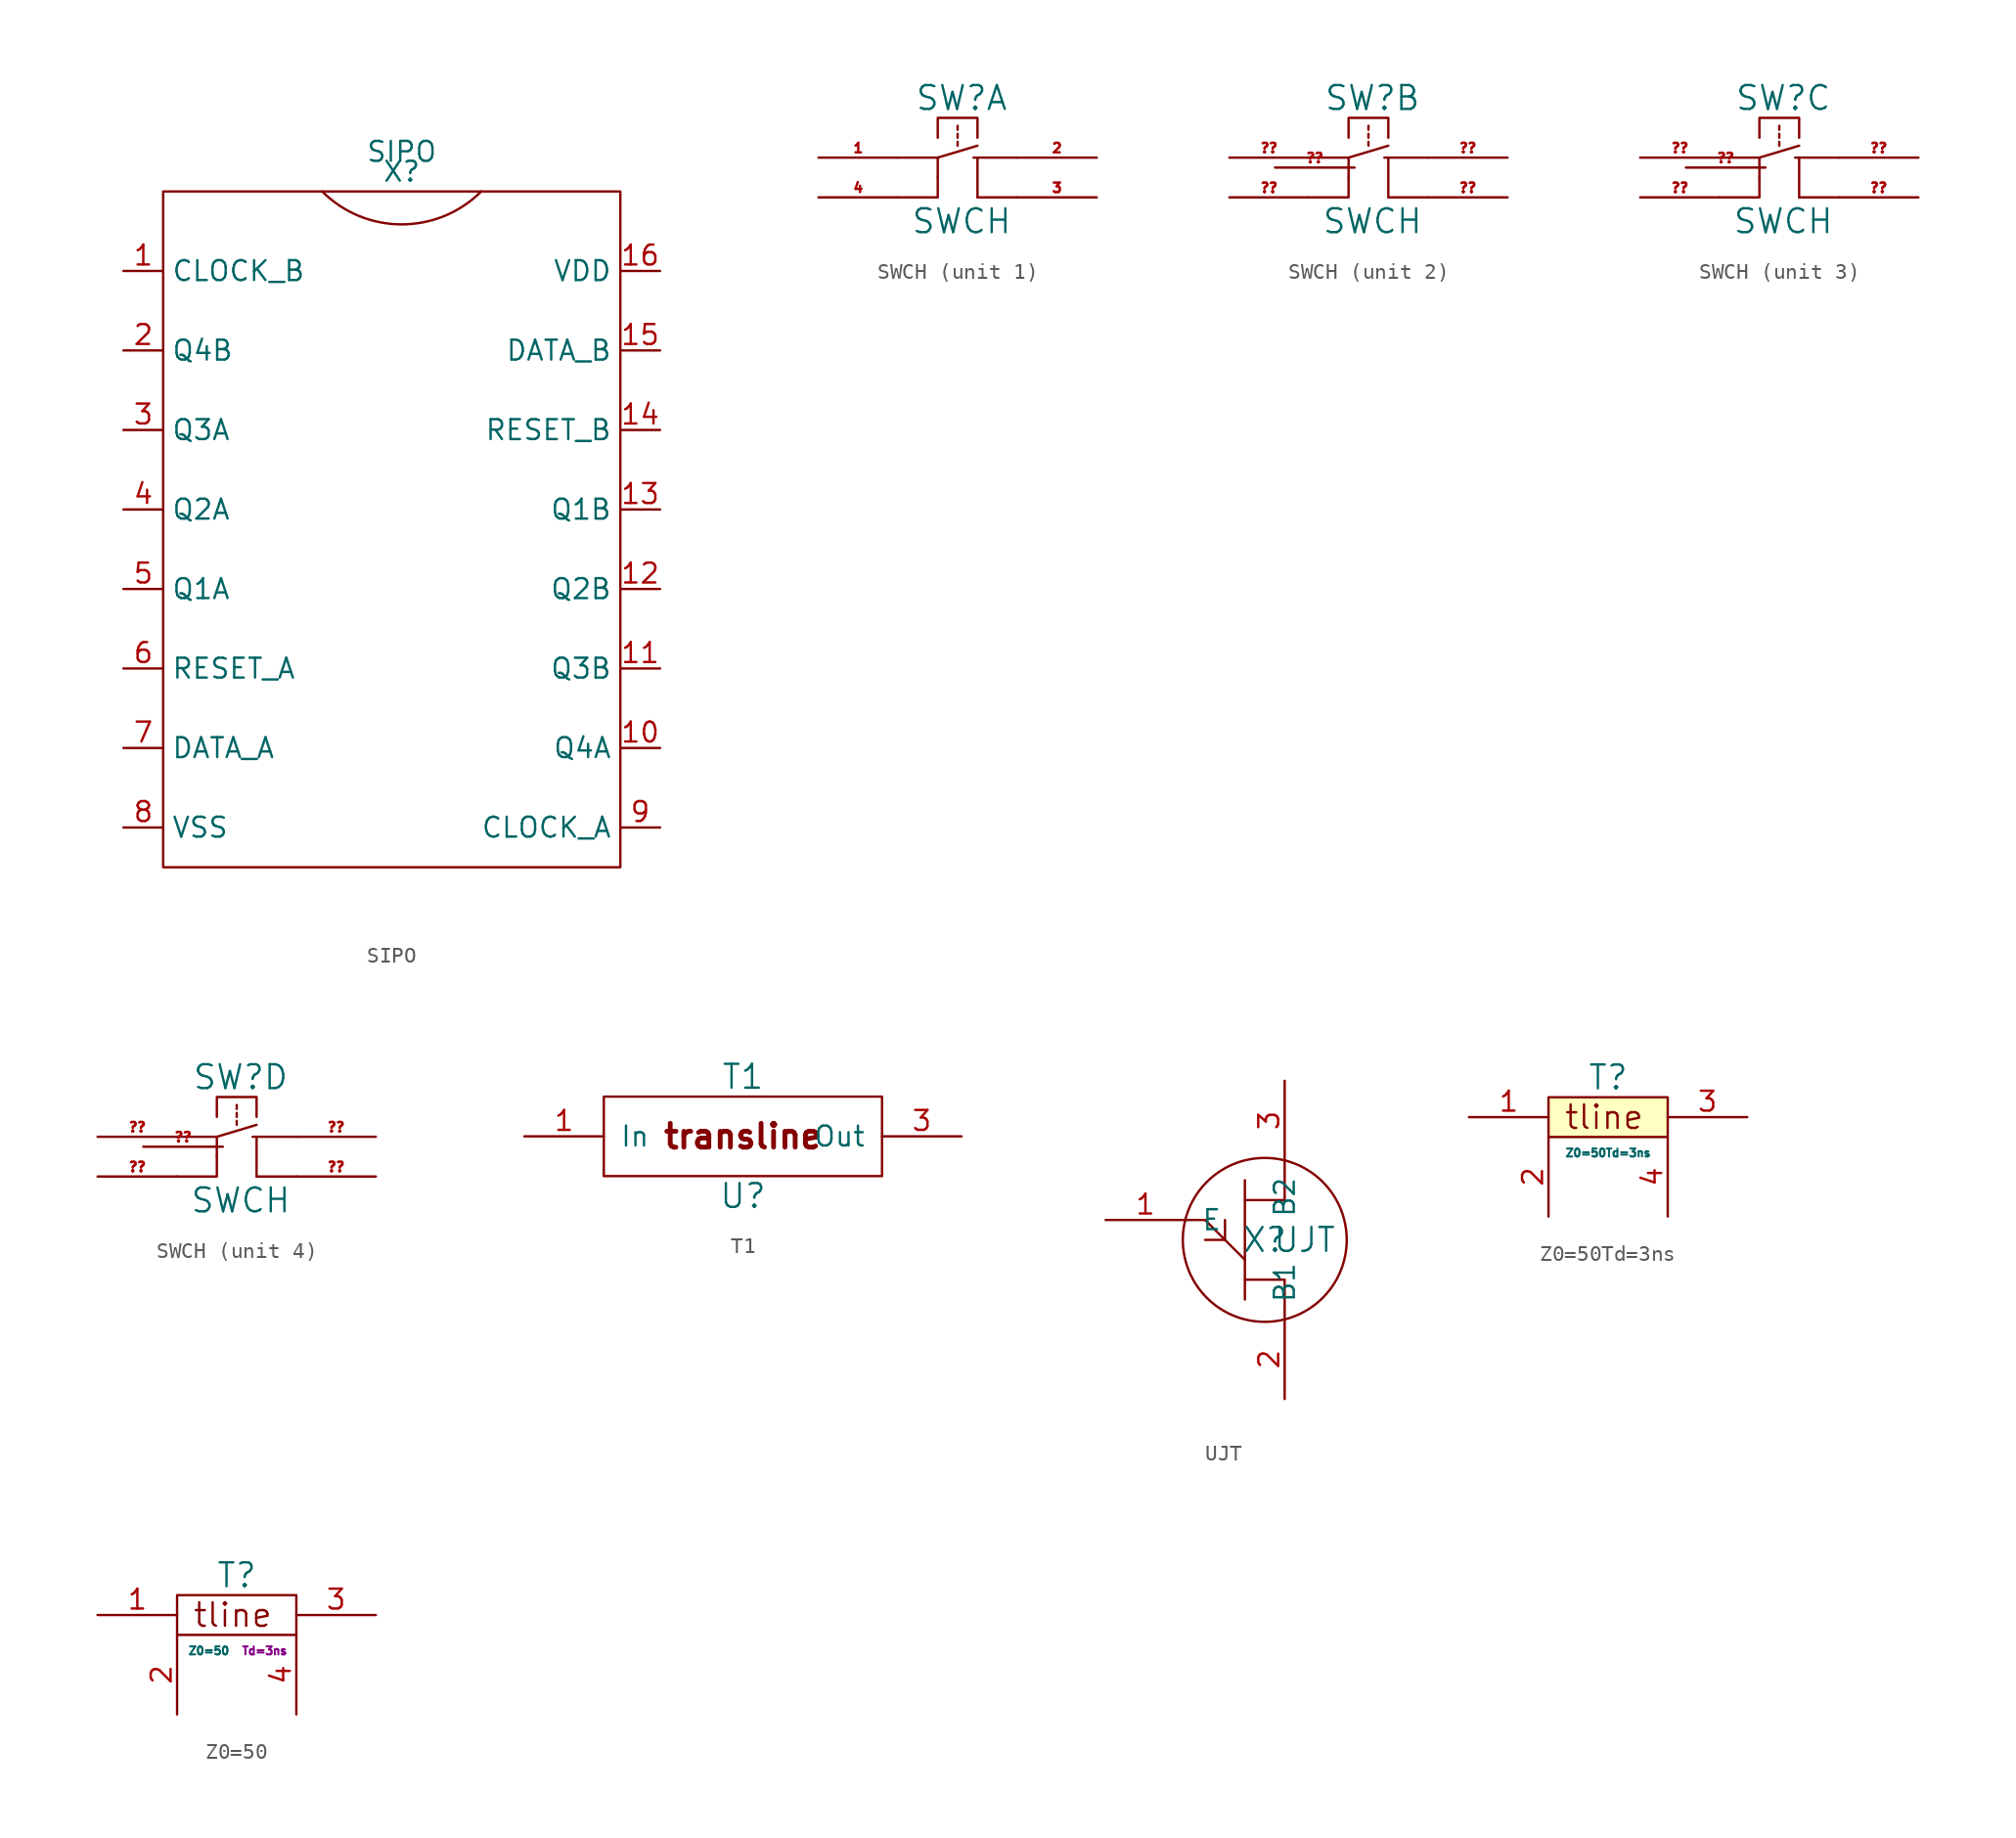
<source format=kicad_sym>
(kicad_symbol_lib
  (version 20211014)
  (generator kicad_symbol_editor)
  (symbol "SIPO"
    (property "Reference" "X"
      (at -29.21 13.97 0)
      (effects (font (size 1.27 1.27))))
    (property "Value" "SIPO"
      (at -29.21 15.24 0)
      (effects (font (size 1.27 1.27))))
    (symbol "SIPO_0_1"
      (rectangle (start -44.45 12.7) (end -15.24 -30.48) (stroke (width 0) (type default) (color 0 0 0 0)) (fill (type none)))
      (arc (start -34.29 12.7) (mid -29.21 10.5959) (end -24.13 12.7) (stroke (width 0) (type default) (color 0 0 0 0)) (fill (type none))))
    (symbol "SIPO_1_1"
      (pin input line (at -46.99 7.62 0) (length 2.54) (name "CLOCK_B" (effects (font (size 1.27 1.27)))) (number "1" (effects (font (size 1.27 1.27)))))
      (pin output line (at -12.7 -22.86 180) (length 2.54) (name "Q4A" (effects (font (size 1.27 1.27)))) (number "10" (effects (font (size 1.27 1.27)))))
      (pin output line (at -12.7 -17.78 180) (length 2.54) (name "Q3B" (effects (font (size 1.27 1.27)))) (number "11" (effects (font (size 1.27 1.27)))))
      (pin output line (at -12.7 -12.7 180) (length 2.54) (name "Q2B" (effects (font (size 1.27 1.27)))) (number "12" (effects (font (size 1.27 1.27)))))
      (pin output line (at -12.7 -7.62 180) (length 2.54) (name "Q1B" (effects (font (size 1.27 1.27)))) (number "13" (effects (font (size 1.27 1.27)))))
      (pin input line (at -12.7 -2.54 180) (length 2.54) (name "RESET_B" (effects (font (size 1.27 1.27)))) (number "14" (effects (font (size 1.27 1.27)))))
      (pin input line (at -12.7 2.54 180) (length 2.54) (name "DATA_B" (effects (font (size 1.27 1.27)))) (number "15" (effects (font (size 1.27 1.27)))))
      (pin passive line (at -12.7 7.62 180) (length 2.54) (name "VDD" (effects (font (size 1.27 1.27)))) (number "16" (effects (font (size 1.27 1.27)))))
      (pin output line (at -46.99 2.54 0) (length 2.54) (name "Q4B" (effects (font (size 1.27 1.27)))) (number "2" (effects (font (size 1.27 1.27)))))
      (pin output line (at -46.99 -2.54 0) (length 2.54) (name "Q3A" (effects (font (size 1.27 1.27)))) (number "3" (effects (font (size 1.27 1.27)))))
      (pin output line (at -46.99 -7.62 0) (length 2.54) (name "Q2A" (effects (font (size 1.27 1.27)))) (number "4" (effects (font (size 1.27 1.27)))))
      (pin output line (at -46.99 -12.7 0) (length 2.54) (name "Q1A" (effects (font (size 1.27 1.27)))) (number "5" (effects (font (size 1.27 1.27)))))
      (pin input line (at -46.99 -17.78 0) (length 2.54) (name "RESET_A" (effects (font (size 1.27 1.27)))) (number "6" (effects (font (size 1.27 1.27)))))
      (pin input line (at -46.99 -22.86 0) (length 2.54) (name "DATA_A" (effects (font (size 1.27 1.27)))) (number "7" (effects (font (size 1.27 1.27)))))
      (pin passive line (at -46.99 -27.94 0) (length 2.54) (name "VSS" (effects (font (size 1.27 1.27)))) (number "8" (effects (font (size 1.27 1.27)))))
      (pin input line (at -12.7 -27.94 180) (length 2.54) (name "CLOCK_A" (effects (font (size 1.27 1.27)))) (number "9" (effects (font (size 1.27 1.27)))))))
  (symbol "SWCH"
    (pin_names
      (offset 1.016))
    (property "Reference" "SW"
      (at 0.254 5.08 0)
      (effects (font (size 1.524 1.524))))
    (property "Value" "SWCH"
      (at 0.254 -2.794 0)
      (effects (font (size 1.524 1.524))))
    (symbol "SWCH_0_1"
      (polyline (pts (xy -1.27 0) (xy -1.27 0)) (stroke (width 0) (type default) (color 0 0 0 0)) (fill (type none)))
      (polyline (pts (xy -1.27 1.27) (xy 1.27 2.032)) (stroke (width 0) (type default) (color 0 0 0 0)) (fill (type none)))
      (polyline (pts (xy 0 2.286) (xy 0 2.032)) (stroke (width 0) (type default) (color 0 0 0 0)) (fill (type none)))
      (polyline (pts (xy 0 2.794) (xy 0 2.54)) (stroke (width 0) (type default) (color 0 0 0 0)) (fill (type none)))
      (polyline (pts (xy 0 3.302) (xy 0 3.048)) (stroke (width 0) (type default) (color 0 0 0 0)) (fill (type none)))
      (polyline (pts (xy 1.27 -1.27) (xy 3.81 -1.27)) (stroke (width 0) (type default) (color 0 0 0 0)) (fill (type none)))
      (polyline (pts (xy 1.27 1.27) (xy 1.016 1.27)) (stroke (width 0) (type default) (color 0 0 0 0)) (fill (type none)))
      (polyline (pts (xy 1.27 1.27) (xy 1.27 -1.27)) (stroke (width 0) (type default) (color 0 0 0 0)) (fill (type none)))
      (polyline (pts (xy 1.27 1.27) (xy 3.81 1.27)) (stroke (width 0) (type default) (color 0 0 0 0)) (fill (type none)))
      (polyline (pts (xy -3.81 1.27) (xy -1.27 1.27) (xy -1.27 -1.27) (xy -3.81 -1.27)) (stroke (width 0) (type default) (color 0 0 0 0)) (fill (type none)))
      (polyline (pts (xy -1.27 2.54) (xy -1.27 3.81) (xy 1.27 3.81) (xy 1.27 2.54)) (stroke (width 0) (type default) (color 0 0 0 0)) (fill (type none))))
    (symbol "SWCH_1_1"
      (pin bidirectional line (at -8.89 1.27 0) (length 5.08) (name "~" (effects (font (size 1.27 1.27)))) (number "1" (effects (font (size 0.61 0.61)))))
      (pin bidirectional line (at 8.89 1.27 180) (length 5.08) (name "~" (effects (font (size 1.27 1.27)))) (number "2" (effects (font (size 0.61 0.61)))))
      (pin bidirectional line (at 8.89 -1.27 180) (length 5.08) (name "~" (effects (font (size 1.27 1.27)))) (number "3" (effects (font (size 0.61 0.61)))))
      (pin bidirectional line (at -8.89 -1.27 0) (length 5.08) (name "~" (effects (font (size 1.27 1.27)))) (number "4" (effects (font (size 0.61 0.61))))))
    (symbol "SWCH_2_1"
      (pin bidirectional line (at -8.89 -1.27 0) (length 5.08) (name "~" (effects (font (size 1.27 1.27)))) (number "??" (effects (font (size 0.61 0.61)))))
      (pin bidirectional line (at -8.89 1.27 0) (length 5.08) (name "~" (effects (font (size 1.27 1.27)))) (number "??" (effects (font (size 0.61 0.61)))))
      (pin bidirectional line (at -0.889 0.635 180) (length 5.08) (name "~" (effects (font (size 1.27 1.27)))) (number "??" (effects (font (size 0.61 0.61)))))
      (pin bidirectional line (at 8.89 -1.27 180) (length 5.08) (name "~" (effects (font (size 1.27 1.27)))) (number "??" (effects (font (size 0.61 0.61)))))
      (pin bidirectional line (at 8.89 1.27 180) (length 5.08) (name "~" (effects (font (size 1.27 1.27)))) (number "??" (effects (font (size 0.61 0.61))))))
    (symbol "SWCH_3_1"
      (pin bidirectional line (at -8.89 -1.27 0) (length 5.08) (name "~" (effects (font (size 1.27 1.27)))) (number "??" (effects (font (size 0.61 0.61)))))
      (pin bidirectional line (at -8.89 1.27 0) (length 5.08) (name "~" (effects (font (size 1.27 1.27)))) (number "??" (effects (font (size 0.61 0.61)))))
      (pin bidirectional line (at -0.889 0.635 180) (length 5.08) (name "~" (effects (font (size 1.27 1.27)))) (number "??" (effects (font (size 0.61 0.61)))))
      (pin bidirectional line (at 8.89 -1.27 180) (length 5.08) (name "~" (effects (font (size 1.27 1.27)))) (number "??" (effects (font (size 0.61 0.61)))))
      (pin bidirectional line (at 8.89 1.27 180) (length 5.08) (name "~" (effects (font (size 1.27 1.27)))) (number "??" (effects (font (size 0.61 0.61))))))
    (symbol "SWCH_4_1"
      (pin bidirectional line (at -8.89 -1.27 0) (length 5.08) (name "~" (effects (font (size 1.27 1.27)))) (number "??" (effects (font (size 0.61 0.61)))))
      (pin bidirectional line (at -8.89 1.27 0) (length 5.08) (name "~" (effects (font (size 1.27 1.27)))) (number "??" (effects (font (size 0.61 0.61)))))
      (pin bidirectional line (at -0.889 0.635 180) (length 5.08) (name "~" (effects (font (size 1.27 1.27)))) (number "??" (effects (font (size 0.61 0.61)))))
      (pin bidirectional line (at 8.89 -1.27 180) (length 5.08) (name "~" (effects (font (size 1.27 1.27)))) (number "??" (effects (font (size 0.61 0.61)))))
      (pin bidirectional line (at 8.89 1.27 180) (length 5.08) (name "~" (effects (font (size 1.27 1.27)))) (number "??" (effects (font (size 0.61 0.61)))))))
  (symbol "T1"
    (pin_names
      (offset 1.016))
    (property "Reference" "U"
      (at 0 -3.81 0)
      (effects (font (size 1.524 1.524))))
    (property "Value" "T1"
      (at 0 3.81 0)
      (effects (font (size 1.524 1.524))))
    (symbol "T1_0_0"
      (text "transline" (at 0 0 0) (effects (font (size 1.524 1.524) bold))))
    (symbol "T1_0_1"
      (rectangle (start -8.89 2.54) (end 8.89 -2.54) (stroke (width 0) (type default) (color 0 0 0 0)) (fill (type none))))
    (symbol "T1_1_1"
      (pin input line (at -13.97 0 0) (length 5.08) (name "In" (effects (font (size 1.27 1.27)))) (number "1" (effects (font (size 1.27 1.27)))))
      (pin output line (at 13.97 0 180) (length 5.08) (name "Out" (effects (font (size 1.27 1.27)))) (number "3" (effects (font (size 1.27 1.27)))))))
  (symbol "UJT"
    (pin_names
      (offset 1.016))
    (property "Reference" "X"
      (at -1.27 -1.27 0)
      (effects (font (size 1.524 1.524))))
    (property "Value" "UJT"
      (at 1.27 -1.27 0)
      (effects (font (size 1.524 1.524))))
    (symbol "UJT_0_1"
      (circle (center -1.27 -1.27) (radius 5.232) (stroke (width 0) (type default) (color 0 0 0 0)) (fill (type none)))
      (polyline (pts (xy -2.54 2.54) (xy -2.54 -5.08)) (stroke (width 0) (type default) (color 0 0 0 0)) (fill (type none)))
      (polyline (pts (xy -6.35 0) (xy -5.08 0) (xy -2.54 -2.54)) (stroke (width 0) (type default) (color 0 0 0 0)) (fill (type none)))
      (polyline (pts (xy -5.08 -1.27) (xy -3.81 -1.27) (xy -3.81 0)) (stroke (width 0) (type default) (color 0 0 0 0)) (fill (type none)))
      (polyline (pts (xy -2.54 -3.81) (xy 0 -3.81) (xy 0 -6.35)) (stroke (width 0) (type default) (color 0 0 0 0)) (fill (type none)))
      (polyline (pts (xy -2.54 1.27) (xy 0 1.27) (xy 0 3.81)) (stroke (width 0) (type default) (color 0 0 0 0)) (fill (type none))))
    (symbol "UJT_1_1"
      (pin input line (at -11.43 0 0) (length 5.08) (name "E" (effects (font (size 1.27 1.27)))) (number "1" (effects (font (size 1.27 1.27)))))
      (pin bidirectional line (at 0 -11.43 90) (length 5.08) (name "B1" (effects (font (size 1.27 1.27)))) (number "2" (effects (font (size 1.27 1.27)))))
      (pin bidirectional line (at 0 8.89 270) (length 5.08) (name "B2" (effects (font (size 1.27 1.27)))) (number "3" (effects (font (size 1.27 1.27)))))))
  (symbol "Z0=50Td=3ns"
    (pin_names
      (offset 1.016))
    (property "Reference" "T"
      (at 0 2.54 0)
      (effects (font (size 1.524 1.524))))
    (property "Value" "Z0=50Td=3ns"
      (at 0 -2.286 0)
      (effects (font (size 0.508 0.508))))
    (symbol "Z0=50Td=3ns_0_0"
      (text "tline" (at -0.254 0 0) (effects (font (size 1.499 1.499)))))
    (symbol "Z0=50Td=3ns_0_1"
      (polyline (pts (xy -3.81 1.27) (xy -3.81 -1.27) (xy 3.81 -1.27) (xy 3.81 1.27) (xy -3.81 1.27)) (stroke (width 0) (type default) (color 0 0 0 0)) (fill (type background))))
    (symbol "Z0=50Td=3ns_1_1"
      (pin input line (at -8.89 0 0) (length 5.08) (name "~" (effects (font (size 1.27 1.27)))) (number "1" (effects (font (size 1.27 1.27)))))
      (pin input line (at -3.81 -6.35 90) (length 5.08) (name "~" (effects (font (size 1.27 1.27)))) (number "2" (effects (font (size 1.27 1.27)))))
      (pin input line (at 8.89 0 180) (length 5.08) (name "~" (effects (font (size 1.27 1.27)))) (number "3" (effects (font (size 1.27 1.27)))))
      (pin output line (at 3.81 -6.35 90) (length 5.08) (name "~" (effects (font (size 1.27 1.27)))) (number "4" (effects (font (size 1.27 1.27)))))))
  (symbol "Z0=50"
    (pin_names
      (offset 1.016))
    (property "Reference" "T"
      (at 0 2.54 0)
      (effects (font (size 1.524 1.524))))
    (property "Value" "Z0=50"
      (at -1.778 -2.286 0)
      (effects (font (size 0.508 0.508))))
    (property "Field4" "Td=3ns"
      (at 1.778 -2.286 0)
      (effects (font (size 0.508 0.508))))
    (symbol "Z0=50_0_0"
      (text "tline" (at -0.254 0 0) (effects (font (size 1.499 1.499)))))
    (symbol "Z0=50_0_1"
      (polyline (pts (xy -3.81 1.27) (xy -3.81 -1.27) (xy 3.81 -1.27) (xy 3.81 1.27) (xy -3.81 1.27)) (stroke (width 0) (type default) (color 0 0 0 0)) (fill (type none))))
    (symbol "Z0=50_1_1"
      (pin input line (at -8.89 0 0) (length 5.08) (name "~" (effects (font (size 1.27 1.27)))) (number "1" (effects (font (size 1.27 1.27)))))
      (pin input line (at -3.81 -6.35 90) (length 5.08) (name "~" (effects (font (size 1.27 1.27)))) (number "2" (effects (font (size 1.27 1.27)))))
      (pin input line (at 8.89 0 180) (length 5.08) (name "~" (effects (font (size 1.27 1.27)))) (number "3" (effects (font (size 1.27 1.27)))))
      (pin output line (at 3.81 -6.35 90) (length 5.08) (name "~" (effects (font (size 1.27 1.27)))) (number "4" (effects (font (size 1.27 1.27))))))))
</source>
